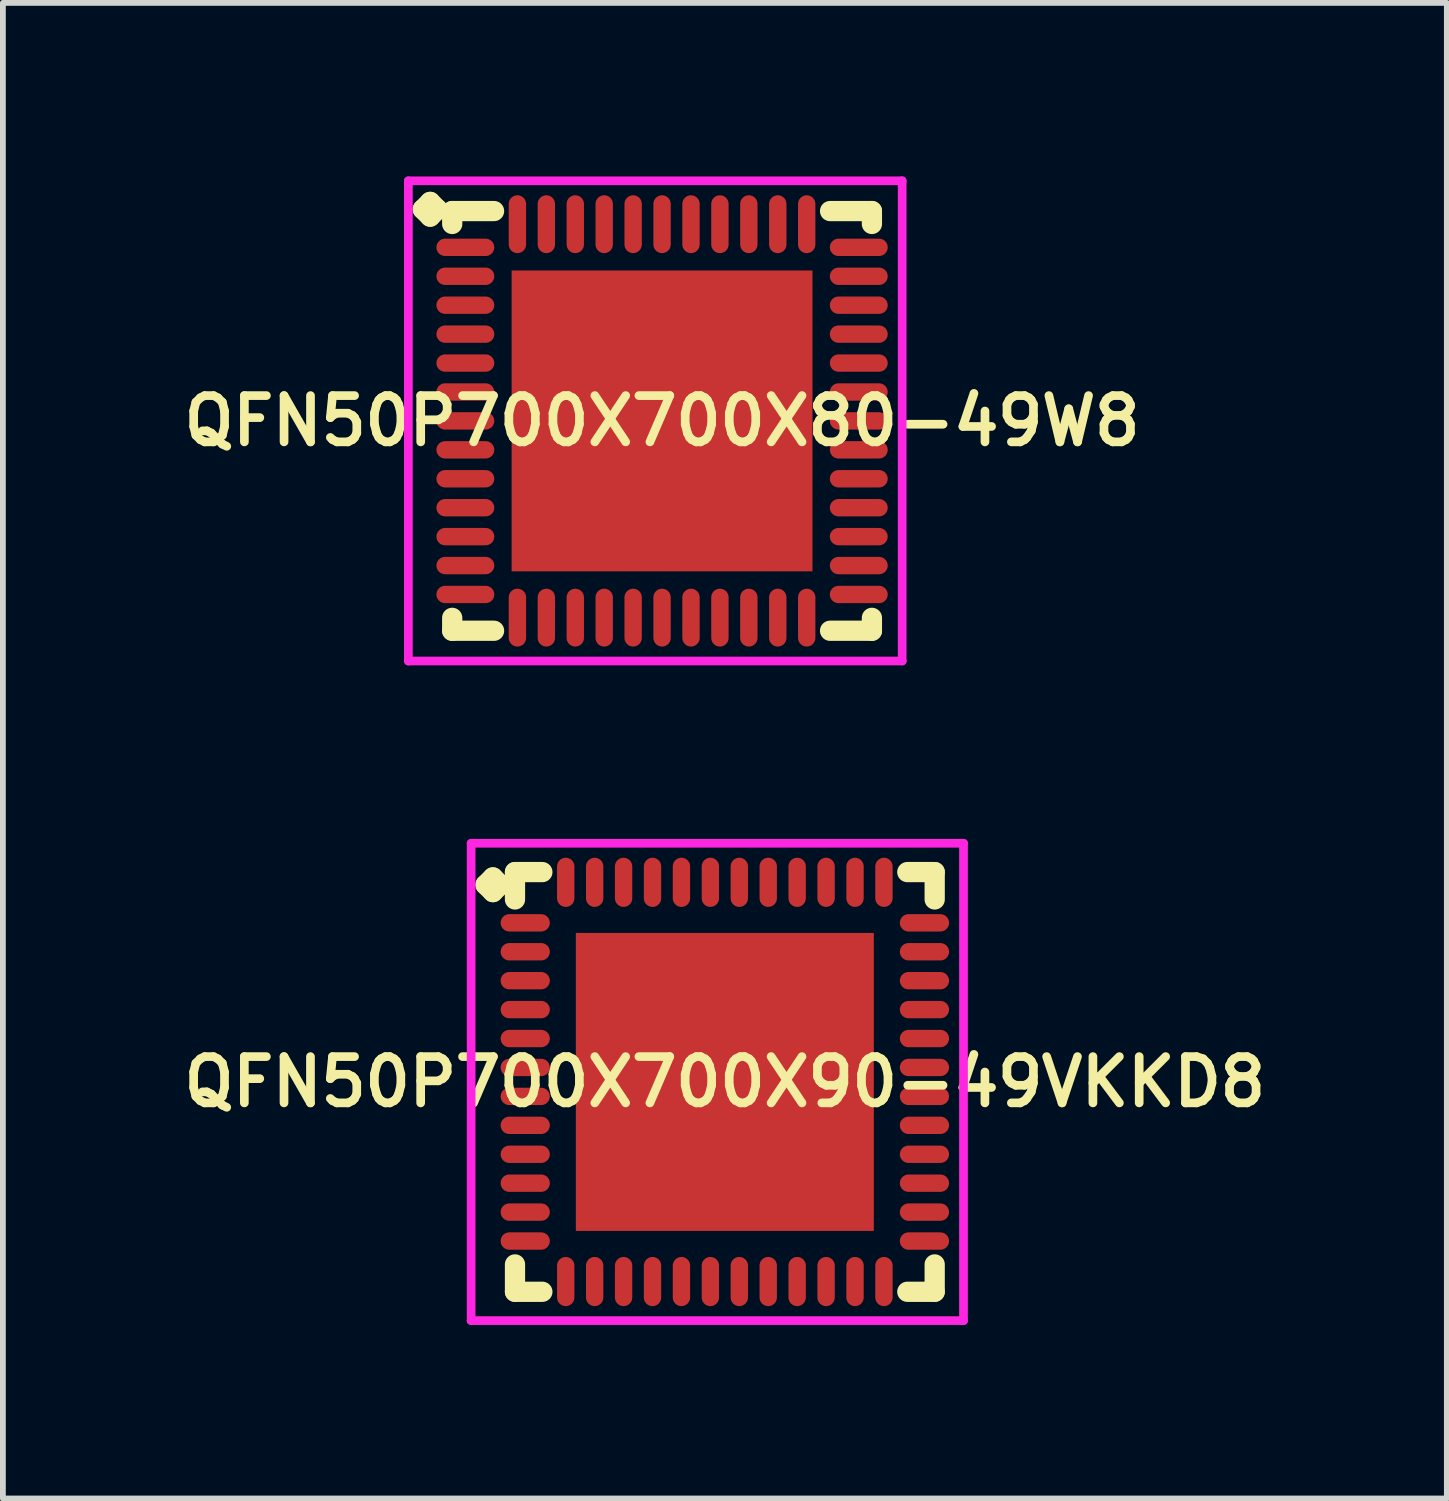
<source format=kicad_pcb>
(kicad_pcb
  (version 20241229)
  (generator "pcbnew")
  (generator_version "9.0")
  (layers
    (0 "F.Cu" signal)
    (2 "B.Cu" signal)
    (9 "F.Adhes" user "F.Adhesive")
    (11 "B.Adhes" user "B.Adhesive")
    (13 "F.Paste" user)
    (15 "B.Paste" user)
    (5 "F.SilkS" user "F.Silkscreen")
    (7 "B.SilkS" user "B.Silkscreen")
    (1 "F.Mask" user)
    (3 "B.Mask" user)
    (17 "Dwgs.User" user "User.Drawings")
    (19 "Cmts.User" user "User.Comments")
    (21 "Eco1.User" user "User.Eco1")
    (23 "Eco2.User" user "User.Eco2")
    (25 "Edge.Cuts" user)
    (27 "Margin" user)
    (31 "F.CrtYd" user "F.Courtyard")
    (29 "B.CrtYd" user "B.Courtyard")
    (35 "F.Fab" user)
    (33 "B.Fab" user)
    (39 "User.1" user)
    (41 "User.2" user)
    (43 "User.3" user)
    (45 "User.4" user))
  (footprint "QFN50P700X700X90-49VKKD8"
    (layer "F.Cu")
    (at 9.478 15.65)
    (property "Reference" "QFN50P700X700X90-49VKKD8" (at 0 0 0) (layer "F.SilkS") (effects (font (size 0.8 0.8) (thickness 0.15))))
    (attr smd)
    (fp_line (start -4.135 -3.408) (end -4.008 -3.535) (stroke (width 0.35) (type solid)) (layer "F.SilkS"))
    (fp_line (start -4.008 -3.535) (end -3.881 -3.408) (stroke (width 0.35) (type solid)) (layer "F.SilkS"))
    (fp_line (start -4.008 -3.281) (end -4.135 -3.408) (stroke (width 0.35) (type solid)) (layer "F.SilkS"))
    (fp_line (start -3.881 -3.408) (end -4.008 -3.281) (stroke (width 0.35) (type solid)) (layer "F.SilkS"))
    (fp_line (start -3.627 -3.627) (end -3.154 -3.627) (stroke (width 0.35) (type solid)) (layer "F.SilkS"))
    (fp_line (start -3.627 -3.154) (end -3.627 -3.627) (stroke (width 0.35) (type solid)) (layer "F.SilkS"))
    (fp_line (start -3.627 3.154) (end -3.627 3.627) (stroke (width 0.35) (type solid)) (layer "F.SilkS"))
    (fp_line (start -3.627 3.627) (end -3.154 3.627) (stroke (width 0.35) (type solid)) (layer "F.SilkS"))
    (fp_line (start 3.154 -3.627) (end 3.627 -3.627) (stroke (width 0.35) (type solid)) (layer "F.SilkS"))
    (fp_line (start 3.154 3.627) (end 3.627 3.627) (stroke (width 0.35) (type solid)) (layer "F.SilkS"))
    (fp_line (start 3.627 -3.627) (end 3.627 -3.154) (stroke (width 0.35) (type solid)) (layer "F.SilkS"))
    (fp_line (start 3.627 3.627) (end 3.627 3.154) (stroke (width 0.35) (type solid)) (layer "F.SilkS"))
    (fp_line (start -4.385 -4.125) (end 4.125 -4.125) (stroke (width 0.15) (type solid)) (layer "F.CrtYd"))
    (fp_line (start -4.385 4.125) (end -4.385 -4.125) (stroke (width 0.15) (type solid)) (layer "F.CrtYd"))
    (fp_line (start 4.125 -4.125) (end 4.125 4.125) (stroke (width 0.15) (type solid)) (layer "F.CrtYd"))
    (fp_line (start 4.125 4.125) (end -4.385 4.125) (stroke (width 0.15) (type solid)) (layer "F.CrtYd"))
    (pad "1" smd oval (at -3.45 -2.75) (size 0.85 0.3) (layers "F.Cu" "F.Mask" "F.Paste"))
    (pad "2" smd oval (at -3.45 -2.25) (size 0.85 0.3) (layers "F.Cu" "F.Mask" "F.Paste"))
    (pad "3" smd oval (at -3.45 -1.75) (size 0.85 0.3) (layers "F.Cu" "F.Mask" "F.Paste"))
    (pad "4" smd oval (at -3.45 -1.25) (size 0.85 0.3) (layers "F.Cu" "F.Mask" "F.Paste"))
    (pad "5" smd oval (at -3.45 -0.75) (size 0.85 0.3) (layers "F.Cu" "F.Mask" "F.Paste"))
    (pad "6" smd oval (at -3.45 -0.25) (size 0.85 0.3) (layers "F.Cu" "F.Mask" "F.Paste"))
    (pad "7" smd oval (at -3.45 0.25) (size 0.85 0.3) (layers "F.Cu" "F.Mask" "F.Paste"))
    (pad "8" smd oval (at -3.45 0.75) (size 0.85 0.3) (layers "F.Cu" "F.Mask" "F.Paste"))
    (pad "9" smd oval (at -3.45 1.25) (size 0.85 0.3) (layers "F.Cu" "F.Mask" "F.Paste"))
    (pad "10" smd oval (at -3.45 1.75) (size 0.85 0.3) (layers "F.Cu" "F.Mask" "F.Paste"))
    (pad "11" smd oval (at -3.45 2.25) (size 0.85 0.3) (layers "F.Cu" "F.Mask" "F.Paste"))
    (pad "12" smd oval (at -3.45 2.75) (size 0.85 0.3) (layers "F.Cu" "F.Mask" "F.Paste"))
    (pad "13" smd oval (at -2.75 3.45) (size 0.3 0.85) (layers "F.Cu" "F.Mask" "F.Paste"))
    (pad "14" smd oval (at -2.25 3.45) (size 0.3 0.85) (layers "F.Cu" "F.Mask" "F.Paste"))
    (pad "15" smd oval (at -1.75 3.45) (size 0.3 0.85) (layers "F.Cu" "F.Mask" "F.Paste"))
    (pad "16" smd oval (at -1.25 3.45) (size 0.3 0.85) (layers "F.Cu" "F.Mask" "F.Paste"))
    (pad "17" smd oval (at -0.75 3.45) (size 0.3 0.85) (layers "F.Cu" "F.Mask" "F.Paste"))
    (pad "18" smd oval (at -0.25 3.45) (size 0.3 0.85) (layers "F.Cu" "F.Mask" "F.Paste"))
    (pad "19" smd oval (at 0.25 3.45) (size 0.3 0.85) (layers "F.Cu" "F.Mask" "F.Paste"))
    (pad "20" smd oval (at 0.75 3.45) (size 0.3 0.85) (layers "F.Cu" "F.Mask" "F.Paste"))
    (pad "21" smd oval (at 1.25 3.45) (size 0.3 0.85) (layers "F.Cu" "F.Mask" "F.Paste"))
    (pad "22" smd oval (at 1.75 3.45) (size 0.3 0.85) (layers "F.Cu" "F.Mask" "F.Paste"))
    (pad "23" smd oval (at 2.25 3.45) (size 0.3 0.85) (layers "F.Cu" "F.Mask" "F.Paste"))
    (pad "24" smd oval (at 2.75 3.45) (size 0.3 0.85) (layers "F.Cu" "F.Mask" "F.Paste"))
    (pad "25" smd oval (at 3.45 2.75) (size 0.85 0.3) (layers "F.Cu" "F.Mask" "F.Paste"))
    (pad "26" smd oval (at 3.45 2.25) (size 0.85 0.3) (layers "F.Cu" "F.Mask" "F.Paste"))
    (pad "27" smd oval (at 3.45 1.75) (size 0.85 0.3) (layers "F.Cu" "F.Mask" "F.Paste"))
    (pad "28" smd oval (at 3.45 1.25) (size 0.85 0.3) (layers "F.Cu" "F.Mask" "F.Paste"))
    (pad "29" smd oval (at 3.45 0.75) (size 0.85 0.3) (layers "F.Cu" "F.Mask" "F.Paste"))
    (pad "30" smd oval (at 3.45 0.25) (size 0.85 0.3) (layers "F.Cu" "F.Mask" "F.Paste"))
    (pad "31" smd oval (at 3.45 -0.25) (size 0.85 0.3) (layers "F.Cu" "F.Mask" "F.Paste"))
    (pad "32" smd oval (at 3.45 -0.75) (size 0.85 0.3) (layers "F.Cu" "F.Mask" "F.Paste"))
    (pad "33" smd oval (at 3.45 -1.25) (size 0.85 0.3) (layers "F.Cu" "F.Mask" "F.Paste"))
    (pad "34" smd oval (at 3.45 -1.75) (size 0.85 0.3) (layers "F.Cu" "F.Mask" "F.Paste"))
    (pad "35" smd oval (at 3.45 -2.25) (size 0.85 0.3) (layers "F.Cu" "F.Mask" "F.Paste"))
    (pad "36" smd oval (at 3.45 -2.75) (size 0.85 0.3) (layers "F.Cu" "F.Mask" "F.Paste"))
    (pad "37" smd oval (at 2.75 -3.45) (size 0.3 0.85) (layers "F.Cu" "F.Mask" "F.Paste"))
    (pad "38" smd oval (at 2.25 -3.45) (size 0.3 0.85) (layers "F.Cu" "F.Mask" "F.Paste"))
    (pad "39" smd oval (at 1.75 -3.45) (size 0.3 0.85) (layers "F.Cu" "F.Mask" "F.Paste"))
    (pad "40" smd oval (at 1.25 -3.45) (size 0.3 0.85) (layers "F.Cu" "F.Mask" "F.Paste"))
    (pad "41" smd oval (at 0.75 -3.45) (size 0.3 0.85) (layers "F.Cu" "F.Mask" "F.Paste"))
    (pad "42" smd oval (at 0.25 -3.45) (size 0.3 0.85) (layers "F.Cu" "F.Mask" "F.Paste"))
    (pad "43" smd oval (at -0.25 -3.45) (size 0.3 0.85) (layers "F.Cu" "F.Mask" "F.Paste"))
    (pad "44" smd oval (at -0.75 -3.45) (size 0.3 0.85) (layers "F.Cu" "F.Mask" "F.Paste"))
    (pad "45" smd oval (at -1.25 -3.45) (size 0.3 0.85) (layers "F.Cu" "F.Mask" "F.Paste"))
    (pad "46" smd oval (at -1.75 -3.45) (size 0.3 0.85) (layers "F.Cu" "F.Mask" "F.Paste"))
    (pad "47" smd oval (at -2.25 -3.45) (size 0.3 0.85) (layers "F.Cu" "F.Mask" "F.Paste"))
    (pad "48" smd oval (at -2.75 -3.45) (size 0.3 0.85) (layers "F.Cu" "F.Mask" "F.Paste"))
    (pad "49" smd rect (at 0 0) (size 5.15 5.15) (layers "F.Cu" "F.Mask" "F.Paste")))
  (footprint "QFN50P700X700X80-49W8"
    (layer "F.Cu")
    (at 8.393 4.225)
    (property "Reference" "QFN50P700X700X80-49W8" (at 0 0 0) (layer "F.SilkS") (effects (font (size 0.8 0.8) (thickness 0.15))))
    (attr smd)
    (fp_line (start -4.135 -3.658) (end -4.008 -3.785) (stroke (width 0.35) (type solid)) (layer "F.SilkS"))
    (fp_line (start -4.008 -3.785) (end -3.881 -3.658) (stroke (width 0.35) (type solid)) (layer "F.SilkS"))
    (fp_line (start -4.008 -3.531) (end -4.135 -3.658) (stroke (width 0.35) (type solid)) (layer "F.SilkS"))
    (fp_line (start -3.881 -3.658) (end -4.008 -3.531) (stroke (width 0.35) (type solid)) (layer "F.SilkS"))
    (fp_line (start -3.627 -3.627) (end -2.904 -3.627) (stroke (width 0.35) (type solid)) (layer "F.SilkS"))
    (fp_line (start -3.627 -3.404) (end -3.627 -3.627) (stroke (width 0.35) (type solid)) (layer "F.SilkS"))
    (fp_line (start -3.627 3.404) (end -3.627 3.627) (stroke (width 0.35) (type solid)) (layer "F.SilkS"))
    (fp_line (start -3.627 3.627) (end -2.904 3.627) (stroke (width 0.35) (type solid)) (layer "F.SilkS"))
    (fp_line (start 2.904 -3.627) (end 3.627 -3.627) (stroke (width 0.35) (type solid)) (layer "F.SilkS"))
    (fp_line (start 2.904 3.627) (end 3.627 3.627) (stroke (width 0.35) (type solid)) (layer "F.SilkS"))
    (fp_line (start 3.627 -3.627) (end 3.627 -3.404) (stroke (width 0.35) (type solid)) (layer "F.SilkS"))
    (fp_line (start 3.627 3.627) (end 3.627 3.404) (stroke (width 0.35) (type solid)) (layer "F.SilkS"))
    (fp_line (start -4.385 -4.15) (end 4.15 -4.15) (stroke (width 0.15) (type solid)) (layer "F.CrtYd"))
    (fp_line (start -4.385 4.15) (end -4.385 -4.15) (stroke (width 0.15) (type solid)) (layer "F.CrtYd"))
    (fp_line (start 4.15 -4.15) (end 4.15 4.15) (stroke (width 0.15) (type solid)) (layer "F.CrtYd"))
    (fp_line (start 4.15 4.15) (end -4.385 4.15) (stroke (width 0.15) (type solid)) (layer "F.CrtYd"))
    (pad "1" smd oval (at -3.4 -3) (size 1 0.3) (layers "F.Cu" "F.Mask" "F.Paste"))
    (pad "2" smd oval (at -3.4 -2.5) (size 1 0.3) (layers "F.Cu" "F.Mask" "F.Paste"))
    (pad "3" smd oval (at -3.4 -2) (size 1 0.3) (layers "F.Cu" "F.Mask" "F.Paste"))
    (pad "4" smd oval (at -3.4 -1.5) (size 1 0.3) (layers "F.Cu" "F.Mask" "F.Paste"))
    (pad "5" smd oval (at -3.4 -1) (size 1 0.3) (layers "F.Cu" "F.Mask" "F.Paste"))
    (pad "6" smd oval (at -3.4 -0.5) (size 1 0.3) (layers "F.Cu" "F.Mask" "F.Paste"))
    (pad "7" smd oval (at -3.4 0) (size 1 0.3) (layers "F.Cu" "F.Mask" "F.Paste"))
    (pad "8" smd oval (at -3.4 0.5) (size 1 0.3) (layers "F.Cu" "F.Mask" "F.Paste"))
    (pad "9" smd oval (at -3.4 1) (size 1 0.3) (layers "F.Cu" "F.Mask" "F.Paste"))
    (pad "10" smd oval (at -3.4 1.5) (size 1 0.3) (layers "F.Cu" "F.Mask" "F.Paste"))
    (pad "11" smd oval (at -3.4 2) (size 1 0.3) (layers "F.Cu" "F.Mask" "F.Paste"))
    (pad "12" smd oval (at -3.4 2.5) (size 1 0.3) (layers "F.Cu" "F.Mask" "F.Paste"))
    (pad "13" smd oval (at -3.4 3) (size 1 0.3) (layers "F.Cu" "F.Mask" "F.Paste"))
    (pad "14" smd oval (at -2.5 3.4) (size 0.3 1) (layers "F.Cu" "F.Mask" "F.Paste"))
    (pad "15" smd oval (at -2 3.4) (size 0.3 1) (layers "F.Cu" "F.Mask" "F.Paste"))
    (pad "16" smd oval (at -1.5 3.4) (size 0.3 1) (layers "F.Cu" "F.Mask" "F.Paste"))
    (pad "17" smd oval (at -1 3.4) (size 0.3 1) (layers "F.Cu" "F.Mask" "F.Paste"))
    (pad "18" smd oval (at -0.5 3.4) (size 0.3 1) (layers "F.Cu" "F.Mask" "F.Paste"))
    (pad "19" smd oval (at 0 3.4) (size 0.3 1) (layers "F.Cu" "F.Mask" "F.Paste"))
    (pad "20" smd oval (at 0.5 3.4) (size 0.3 1) (layers "F.Cu" "F.Mask" "F.Paste"))
    (pad "21" smd oval (at 1 3.4) (size 0.3 1) (layers "F.Cu" "F.Mask" "F.Paste"))
    (pad "22" smd oval (at 1.5 3.4) (size 0.3 1) (layers "F.Cu" "F.Mask" "F.Paste"))
    (pad "23" smd oval (at 2 3.4) (size 0.3 1) (layers "F.Cu" "F.Mask" "F.Paste"))
    (pad "24" smd oval (at 2.5 3.4) (size 0.3 1) (layers "F.Cu" "F.Mask" "F.Paste"))
    (pad "25" smd oval (at 3.4 3) (size 1 0.3) (layers "F.Cu" "F.Mask" "F.Paste"))
    (pad "26" smd oval (at 3.4 2.5) (size 1 0.3) (layers "F.Cu" "F.Mask" "F.Paste"))
    (pad "27" smd oval (at 3.4 2) (size 1 0.3) (layers "F.Cu" "F.Mask" "F.Paste"))
    (pad "28" smd oval (at 3.4 1.5) (size 1 0.3) (layers "F.Cu" "F.Mask" "F.Paste"))
    (pad "29" smd oval (at 3.4 1) (size 1 0.3) (layers "F.Cu" "F.Mask" "F.Paste"))
    (pad "30" smd oval (at 3.4 0.5) (size 1 0.3) (layers "F.Cu" "F.Mask" "F.Paste"))
    (pad "31" smd oval (at 3.4 0) (size 1 0.3) (layers "F.Cu" "F.Mask" "F.Paste"))
    (pad "32" smd oval (at 3.4 -0.5) (size 1 0.3) (layers "F.Cu" "F.Mask" "F.Paste"))
    (pad "33" smd oval (at 3.4 -1) (size 1 0.3) (layers "F.Cu" "F.Mask" "F.Paste"))
    (pad "34" smd oval (at 3.4 -1.5) (size 1 0.3) (layers "F.Cu" "F.Mask" "F.Paste"))
    (pad "35" smd oval (at 3.4 -2) (size 1 0.3) (layers "F.Cu" "F.Mask" "F.Paste"))
    (pad "36" smd oval (at 3.4 -2.5) (size 1 0.3) (layers "F.Cu" "F.Mask" "F.Paste"))
    (pad "37" smd oval (at 3.4 -3) (size 1 0.3) (layers "F.Cu" "F.Mask" "F.Paste"))
    (pad "38" smd oval (at 2.5 -3.4) (size 0.3 1) (layers "F.Cu" "F.Mask" "F.Paste"))
    (pad "39" smd oval (at 2 -3.4) (size 0.3 1) (layers "F.Cu" "F.Mask" "F.Paste"))
    (pad "40" smd oval (at 1.5 -3.4) (size 0.3 1) (layers "F.Cu" "F.Mask" "F.Paste"))
    (pad "41" smd oval (at 1 -3.4) (size 0.3 1) (layers "F.Cu" "F.Mask" "F.Paste"))
    (pad "42" smd oval (at 0.5 -3.4) (size 0.3 1) (layers "F.Cu" "F.Mask" "F.Paste"))
    (pad "43" smd oval (at 0 -3.4) (size 0.3 1) (layers "F.Cu" "F.Mask" "F.Paste"))
    (pad "44" smd oval (at -0.5 -3.4) (size 0.3 1) (layers "F.Cu" "F.Mask" "F.Paste"))
    (pad "45" smd oval (at -1 -3.4) (size 0.3 1) (layers "F.Cu" "F.Mask" "F.Paste"))
    (pad "46" smd oval (at -1.5 -3.4) (size 0.3 1) (layers "F.Cu" "F.Mask" "F.Paste"))
    (pad "47" smd oval (at -2 -3.4) (size 0.3 1) (layers "F.Cu" "F.Mask" "F.Paste"))
    (pad "48" smd oval (at -2.5 -3.4) (size 0.3 1) (layers "F.Cu" "F.Mask" "F.Paste"))
    (pad "49" smd rect (at 0 0) (size 5.2 5.2) (layers "F.Cu" "F.Mask" "F.Paste")))
  (gr_rect
    (start -3 -3)
    (end 21.957 22.85)
    (stroke (width 0.1) (type default))
    (fill no)
    (layer "Edge.Cuts")))
</source>
